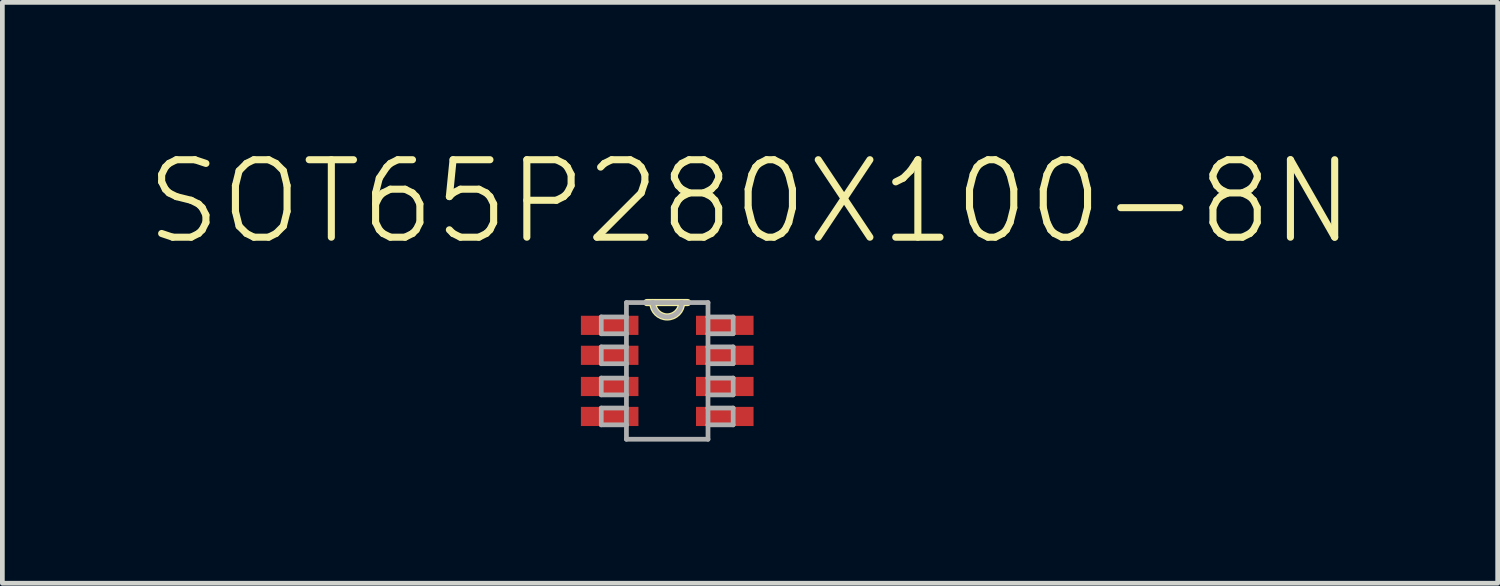
<source format=kicad_pcb>
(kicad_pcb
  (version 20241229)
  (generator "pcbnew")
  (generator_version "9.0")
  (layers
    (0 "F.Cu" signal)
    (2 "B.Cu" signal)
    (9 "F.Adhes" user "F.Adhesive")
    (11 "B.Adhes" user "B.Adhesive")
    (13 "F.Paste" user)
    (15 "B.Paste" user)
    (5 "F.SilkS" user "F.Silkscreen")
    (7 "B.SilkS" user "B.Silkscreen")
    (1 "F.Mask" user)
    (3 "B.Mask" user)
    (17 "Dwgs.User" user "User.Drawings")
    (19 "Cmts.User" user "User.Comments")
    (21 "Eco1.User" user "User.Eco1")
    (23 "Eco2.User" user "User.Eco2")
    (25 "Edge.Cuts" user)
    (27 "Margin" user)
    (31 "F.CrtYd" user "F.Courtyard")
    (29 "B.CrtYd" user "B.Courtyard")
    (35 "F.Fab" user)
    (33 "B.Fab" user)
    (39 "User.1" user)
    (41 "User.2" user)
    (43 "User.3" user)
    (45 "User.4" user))
  (footprint "SOT65P280X100-8N"
    (layer "F.Cu")
    (at 11.084 4.807)
    (property "Reference" "SOT65P280X100-8N" (at 1.754 -3.584 0) (layer "F.SilkS") (effects (font (size 1.641 1.641) (thickness 0.15))))
    (attr smd)
    (fp_line (start -0.305 -1.448) (end -0.432 -1.448) (stroke (width 0.152) (type solid)) (layer "F.SilkS"))
    (fp_line (start 0.305 -1.448) (end -0.305 -1.448) (stroke (width 0.152) (type solid)) (layer "F.SilkS"))
    (fp_line (start 0.432 -1.448) (end 0.305 -1.448) (stroke (width 0.152) (type solid)) (layer "F.SilkS"))
    (fp_arc (start 0.3048 -1.4478) (mid 0 -1.143) (end -0.3048 -1.4478) (stroke (width 0.1524) (type solid)) (layer "F.SilkS"))
    (fp_line (start -1.397 -1.143) (end -1.397 -0.787) (stroke (width 0.1) (type solid)) (layer "F.Fab"))
    (fp_line (start -1.397 -0.787) (end -0.864 -0.787) (stroke (width 0.1) (type solid)) (layer "F.Fab"))
    (fp_line (start -1.397 -0.508) (end -1.397 -0.152) (stroke (width 0.1) (type solid)) (layer "F.Fab"))
    (fp_line (start -1.397 -0.152) (end -0.864 -0.152) (stroke (width 0.1) (type solid)) (layer "F.Fab"))
    (fp_line (start -1.397 0.152) (end -1.397 0.508) (stroke (width 0.1) (type solid)) (layer "F.Fab"))
    (fp_line (start -1.397 0.508) (end -0.864 0.508) (stroke (width 0.1) (type solid)) (layer "F.Fab"))
    (fp_line (start -1.397 0.787) (end -1.397 1.143) (stroke (width 0.1) (type solid)) (layer "F.Fab"))
    (fp_line (start -1.397 1.143) (end -0.864 1.143) (stroke (width 0.1) (type solid)) (layer "F.Fab"))
    (fp_line (start -0.864 -1.448) (end -0.864 -1.143) (stroke (width 0.1) (type solid)) (layer "F.Fab"))
    (fp_line (start -0.864 -1.143) (end -1.397 -1.143) (stroke (width 0.1) (type solid)) (layer "F.Fab"))
    (fp_line (start -0.864 -1.143) (end -0.864 -0.787) (stroke (width 0.1) (type solid)) (layer "F.Fab"))
    (fp_line (start -0.864 -0.787) (end -0.864 -0.508) (stroke (width 0.1) (type solid)) (layer "F.Fab"))
    (fp_line (start -0.864 -0.508) (end -1.397 -0.508) (stroke (width 0.1) (type solid)) (layer "F.Fab"))
    (fp_line (start -0.864 -0.508) (end -0.864 -0.152) (stroke (width 0.1) (type solid)) (layer "F.Fab"))
    (fp_line (start -0.864 -0.152) (end -0.864 0.152) (stroke (width 0.1) (type solid)) (layer "F.Fab"))
    (fp_line (start -0.864 0.152) (end -1.397 0.152) (stroke (width 0.1) (type solid)) (layer "F.Fab"))
    (fp_line (start -0.864 0.152) (end -0.864 0.508) (stroke (width 0.1) (type solid)) (layer "F.Fab"))
    (fp_line (start -0.864 0.508) (end -0.864 0.787) (stroke (width 0.1) (type solid)) (layer "F.Fab"))
    (fp_line (start -0.864 0.787) (end -1.397 0.787) (stroke (width 0.1) (type solid)) (layer "F.Fab"))
    (fp_line (start -0.864 1.143) (end -0.864 0.787) (stroke (width 0.1) (type solid)) (layer "F.Fab"))
    (fp_line (start -0.864 1.448) (end -0.864 1.143) (stroke (width 0.1) (type solid)) (layer "F.Fab"))
    (fp_line (start -0.864 1.448) (end 0.864 1.448) (stroke (width 0.1) (type solid)) (layer "F.Fab"))
    (fp_line (start -0.305 -1.448) (end -0.864 -1.448) (stroke (width 0.1) (type solid)) (layer "F.Fab"))
    (fp_line (start 0.305 -1.448) (end -0.305 -1.448) (stroke (width 0.1) (type solid)) (layer "F.Fab"))
    (fp_line (start 0.864 -1.448) (end 0.305 -1.448) (stroke (width 0.1) (type solid)) (layer "F.Fab"))
    (fp_line (start 0.864 -1.448) (end 0.864 -1.143) (stroke (width 0.1) (type solid)) (layer "F.Fab"))
    (fp_line (start 0.864 -1.143) (end 0.864 -0.787) (stroke (width 0.1) (type solid)) (layer "F.Fab"))
    (fp_line (start 0.864 -0.787) (end 1.397 -0.787) (stroke (width 0.1) (type solid)) (layer "F.Fab"))
    (fp_line (start 0.864 -0.508) (end 0.864 -0.787) (stroke (width 0.1) (type solid)) (layer "F.Fab"))
    (fp_line (start 0.864 -0.152) (end 0.864 -0.508) (stroke (width 0.1) (type solid)) (layer "F.Fab"))
    (fp_line (start 0.864 -0.152) (end 1.397 -0.152) (stroke (width 0.1) (type solid)) (layer "F.Fab"))
    (fp_line (start 0.864 0.152) (end 0.864 -0.152) (stroke (width 0.1) (type solid)) (layer "F.Fab"))
    (fp_line (start 0.864 0.508) (end 0.864 0.152) (stroke (width 0.1) (type solid)) (layer "F.Fab"))
    (fp_line (start 0.864 0.508) (end 1.397 0.508) (stroke (width 0.1) (type solid)) (layer "F.Fab"))
    (fp_line (start 0.864 0.787) (end 0.864 0.508) (stroke (width 0.1) (type solid)) (layer "F.Fab"))
    (fp_line (start 0.864 1.143) (end 0.864 0.787) (stroke (width 0.1) (type solid)) (layer "F.Fab"))
    (fp_line (start 0.864 1.143) (end 1.397 1.143) (stroke (width 0.1) (type solid)) (layer "F.Fab"))
    (fp_line (start 0.864 1.448) (end 0.864 1.143) (stroke (width 0.1) (type solid)) (layer "F.Fab"))
    (fp_line (start 1.397 -1.143) (end 0.864 -1.143) (stroke (width 0.1) (type solid)) (layer "F.Fab"))
    (fp_line (start 1.397 -0.787) (end 1.397 -1.143) (stroke (width 0.1) (type solid)) (layer "F.Fab"))
    (fp_line (start 1.397 -0.508) (end 0.864 -0.508) (stroke (width 0.1) (type solid)) (layer "F.Fab"))
    (fp_line (start 1.397 -0.152) (end 1.397 -0.508) (stroke (width 0.1) (type solid)) (layer "F.Fab"))
    (fp_line (start 1.397 0.152) (end 0.864 0.152) (stroke (width 0.1) (type solid)) (layer "F.Fab"))
    (fp_line (start 1.397 0.508) (end 1.397 0.152) (stroke (width 0.1) (type solid)) (layer "F.Fab"))
    (fp_line (start 1.397 0.787) (end 0.864 0.787) (stroke (width 0.1) (type solid)) (layer "F.Fab"))
    (fp_line (start 1.397 1.143) (end 1.397 0.787) (stroke (width 0.1) (type solid)) (layer "F.Fab"))
    (fp_arc (start 0.3048 -1.4478) (mid 0 -1.143) (end -0.3048 -1.4478) (stroke (width 0.1) (type solid)) (layer "F.Fab"))
    (pad "1" smd rect (at -1.219 -0.965) (size 1.219 0.406) (layers "F.Cu" "F.Mask" "F.Paste"))
    (pad "2" smd rect (at -1.219 -0.33) (size 1.219 0.406) (layers "F.Cu" "F.Mask" "F.Paste"))
    (pad "3" smd rect (at -1.219 0.33) (size 1.219 0.406) (layers "F.Cu" "F.Mask" "F.Paste"))
    (pad "4" smd rect (at -1.219 0.965) (size 1.219 0.406) (layers "F.Cu" "F.Mask" "F.Paste"))
    (pad "5" smd rect (at 1.219 0.965) (size 1.219 0.406) (layers "F.Cu" "F.Mask" "F.Paste"))
    (pad "6" smd rect (at 1.219 0.33) (size 1.219 0.406) (layers "F.Cu" "F.Mask" "F.Paste"))
    (pad "7" smd rect (at 1.219 -0.33) (size 1.219 0.406) (layers "F.Cu" "F.Mask" "F.Paste"))
    (pad "8" smd rect (at 1.219 -0.965) (size 1.219 0.406) (layers "F.Cu" "F.Mask" "F.Paste")))
  (gr_rect
    (start -3 -3)
    (end 28.676 9.305)
    (stroke (width 0.1) (type default))
    (fill no)
    (layer "Edge.Cuts")))
</source>
